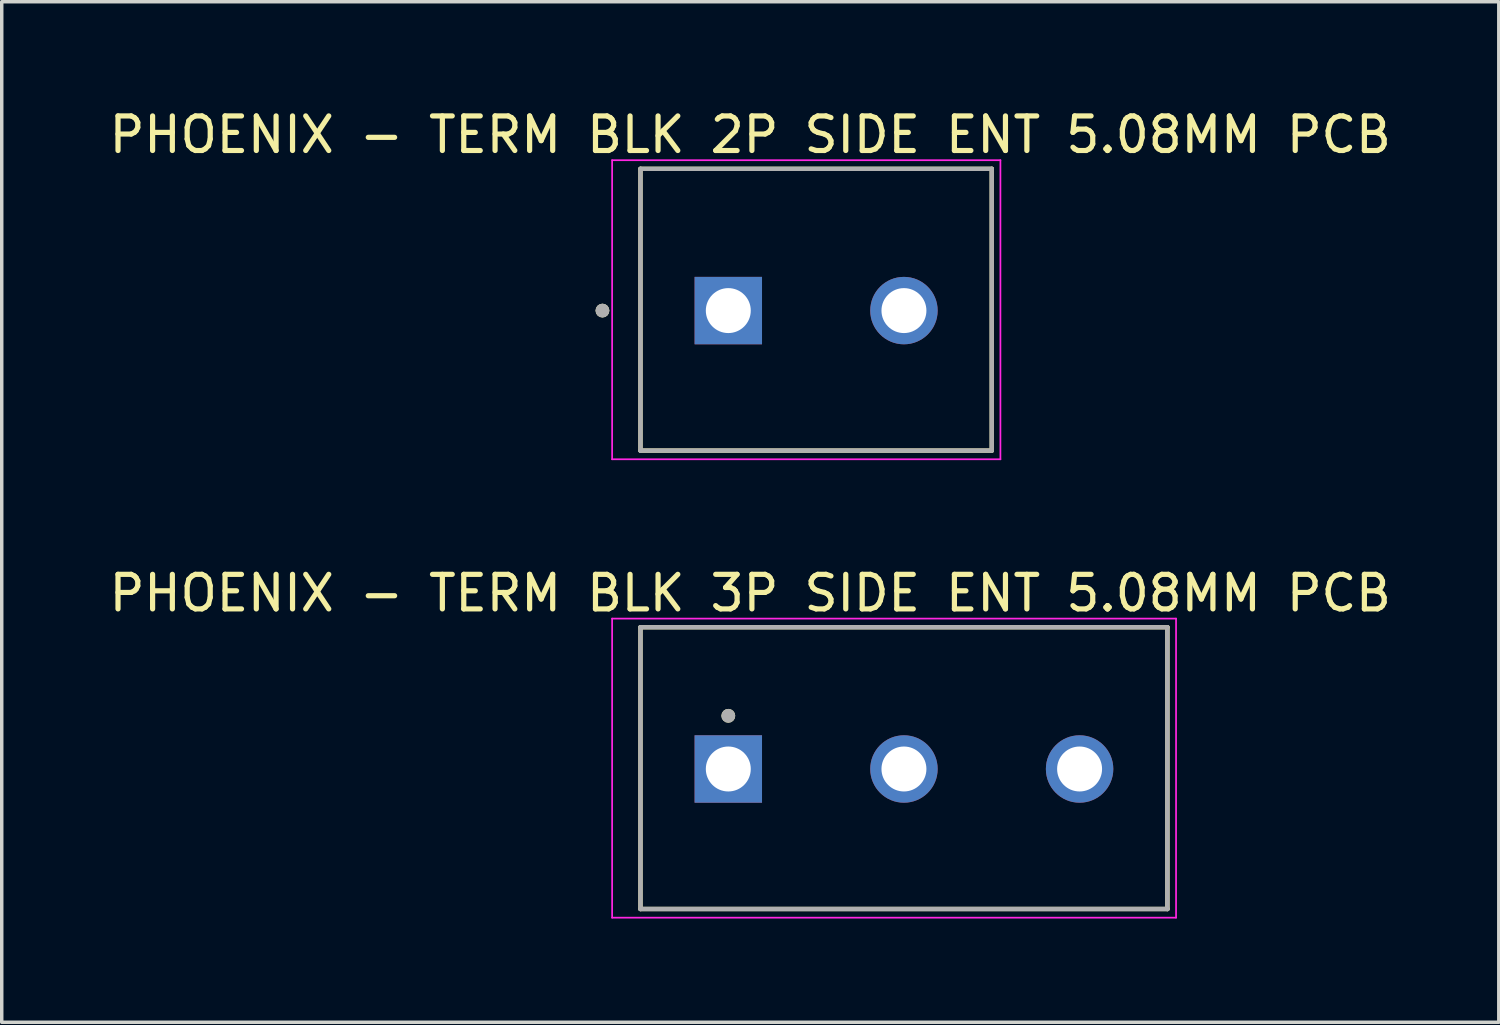
<source format=kicad_pcb>
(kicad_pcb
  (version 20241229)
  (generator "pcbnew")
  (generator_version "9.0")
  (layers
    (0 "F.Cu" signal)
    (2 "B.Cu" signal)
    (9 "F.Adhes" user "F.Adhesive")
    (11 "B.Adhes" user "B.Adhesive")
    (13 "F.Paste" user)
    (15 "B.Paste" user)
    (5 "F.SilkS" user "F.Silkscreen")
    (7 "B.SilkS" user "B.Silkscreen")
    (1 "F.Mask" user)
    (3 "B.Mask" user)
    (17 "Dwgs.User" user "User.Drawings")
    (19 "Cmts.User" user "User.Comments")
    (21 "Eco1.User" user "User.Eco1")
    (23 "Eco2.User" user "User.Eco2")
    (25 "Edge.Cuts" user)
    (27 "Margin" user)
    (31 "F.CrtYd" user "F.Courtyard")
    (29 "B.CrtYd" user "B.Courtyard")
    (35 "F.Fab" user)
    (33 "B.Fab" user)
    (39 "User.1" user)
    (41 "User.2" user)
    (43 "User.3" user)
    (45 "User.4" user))
  (footprint "PHOENIX - TERM BLK 3P SIDE ENT 5.08MM PCB"
    (layer "F.Cu")
    (at 15.474 23.241)
    (property "Reference" "PHOENIX - TERM BLK 3P SIDE ENT 5.08MM PCB" (at 3.175 -9.135 0) (layer "F.SilkS") (effects (font (size 1 1) (thickness 0.15))))
    (attr through_hole)
    (fp_line (start 0 -8.15) (end 0 0) (stroke (width 0.127) (type solid)) (layer "F.SilkS"))
    (fp_line (start 0 0) (end 15.24 0) (stroke (width 0.127) (type solid)) (layer "F.SilkS"))
    (fp_line (start 15.24 -8.15) (end 0 -8.15) (stroke (width 0.127) (type solid)) (layer "F.SilkS"))
    (fp_line (start 15.24 0) (end 15.24 -8.15) (stroke (width 0.127) (type solid)) (layer "F.SilkS"))
    (fp_circle (center 2.54 -5.588) (end 2.64 -5.588) (stroke (width 0.2) (type solid)) (fill no) (layer "F.SilkS"))
    (fp_line (start -0.82 -8.4) (end -0.82 0.25) (stroke (width 0.05) (type solid)) (layer "F.CrtYd"))
    (fp_line (start -0.82 0.25) (end 15.49 0.25) (stroke (width 0.05) (type solid)) (layer "F.CrtYd"))
    (fp_line (start 15.49 -8.4) (end -0.82 -8.4) (stroke (width 0.05) (type solid)) (layer "F.CrtYd"))
    (fp_line (start 15.49 0.25) (end 15.49 -8.4) (stroke (width 0.05) (type solid)) (layer "F.CrtYd"))
    (fp_line (start 0 -8.15) (end 0 0) (stroke (width 0.127) (type solid)) (layer "F.Fab"))
    (fp_line (start 0 0) (end 15.24 0) (stroke (width 0.127) (type solid)) (layer "F.Fab"))
    (fp_line (start 15.24 -8.15) (end 0 -8.15) (stroke (width 0.127) (type solid)) (layer "F.Fab"))
    (fp_line (start 15.24 0) (end 15.24 -8.15) (stroke (width 0.127) (type solid)) (layer "F.Fab"))
    (fp_circle (center 2.54 -5.588) (end 2.64 -5.588) (stroke (width 0.2) (type solid)) (fill no) (layer "F.Fab"))
    (pad "1" thru_hole rect (at 2.54 -4.05) (size 1.95 1.95) (drill 1.3) (layers "*.Cu" "*.Mask"))
    (pad "2" thru_hole circle (at 7.62 -4.05) (size 1.95 1.95) (drill 1.3) (layers "*.Cu" "*.Mask"))
    (pad "3" thru_hole circle (at 12.7 -4.05) (size 1.95 1.95) (drill 1.3) (layers "*.Cu" "*.Mask")))
  (footprint "PHOENIX - TERM BLK 2P SIDE ENT 5.08MM PCB"
    (layer "F.Cu")
    (at 15.474 9.983)
    (property "Reference" "PHOENIX - TERM BLK 2P SIDE ENT 5.08MM PCB" (at 3.175 -9.135 0) (layer "F.SilkS") (effects (font (size 1 1) (thickness 0.15))))
    (attr through_hole)
    (fp_line (start 0 -8.15) (end 0 0) (stroke (width 0.127) (type solid)) (layer "F.SilkS"))
    (fp_line (start 0 0) (end 10.16 0) (stroke (width 0.127) (type solid)) (layer "F.SilkS"))
    (fp_line (start 10.16 -8.15) (end 0 -8.15) (stroke (width 0.127) (type solid)) (layer "F.SilkS"))
    (fp_line (start 10.16 0) (end 10.16 -8.15) (stroke (width 0.127) (type solid)) (layer "F.SilkS"))
    (fp_circle (center -1.1 -4.05) (end -1 -4.05) (stroke (width 0.2) (type solid)) (fill no) (layer "F.SilkS"))
    (fp_line (start -0.82 -8.4) (end -0.82 0.25) (stroke (width 0.05) (type solid)) (layer "F.CrtYd"))
    (fp_line (start -0.82 0.25) (end 10.41 0.25) (stroke (width 0.05) (type solid)) (layer "F.CrtYd"))
    (fp_line (start 10.41 -8.4) (end -0.82 -8.4) (stroke (width 0.05) (type solid)) (layer "F.CrtYd"))
    (fp_line (start 10.41 0.25) (end 10.41 -8.4) (stroke (width 0.05) (type solid)) (layer "F.CrtYd"))
    (fp_line (start 0 -8.15) (end 0 0) (stroke (width 0.127) (type solid)) (layer "F.Fab"))
    (fp_line (start 0 0) (end 10.16 0) (stroke (width 0.127) (type solid)) (layer "F.Fab"))
    (fp_line (start 10.16 -8.15) (end 0 -8.15) (stroke (width 0.127) (type solid)) (layer "F.Fab"))
    (fp_line (start 10.16 0) (end 10.16 -8.15) (stroke (width 0.127) (type solid)) (layer "F.Fab"))
    (fp_circle (center -1.1 -4.05) (end -1 -4.05) (stroke (width 0.2) (type solid)) (fill no) (layer "F.Fab"))
    (pad "1" thru_hole rect (at 2.54 -4.05) (size 1.95 1.95) (drill 1.3) (layers "*.Cu" "*.Mask"))
    (pad "2" thru_hole circle (at 7.62 -4.05) (size 1.95 1.95) (drill 1.3) (layers "*.Cu" "*.Mask")))
  (gr_rect
    (start -3 -3)
    (end 40.298 26.517)
    (stroke (width 0.1) (type default))
    (fill no)
    (layer "Edge.Cuts")))
</source>
